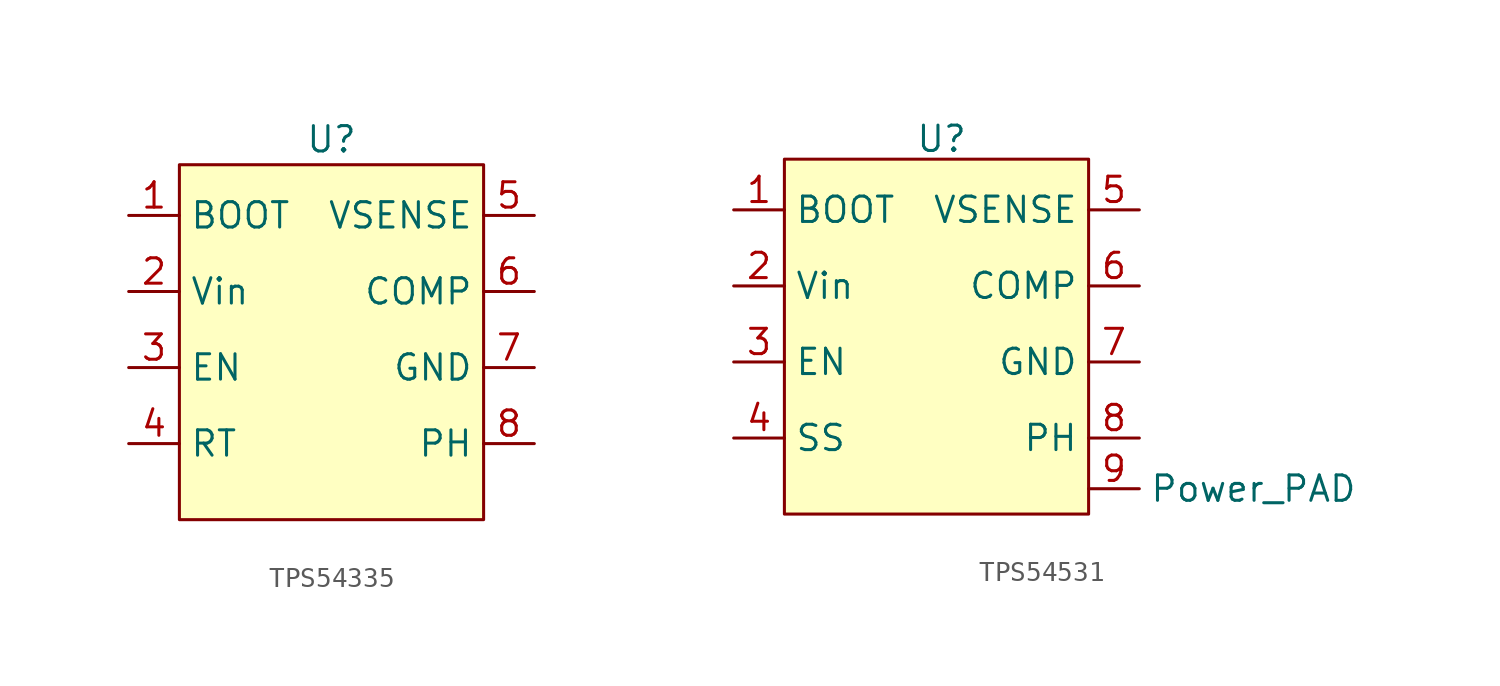
<source format=kicad_sym>
(kicad_symbol_lib
  (version 20241209)
  (generator "kicad_symbol_editor")
  (generator_version "9.0")
  (symbol "TPS54335"
    (property "Reference" "U"
      (at 0 0 0)
      (effects (font (size 1.27 1.27))))
    (property "Value" ""
      (at 0 0 0)
      (effects (font (size 1.27 1.27))))
    (symbol "TPS54335_1_1"
      (rectangle (start -7.62 -1.27) (end 7.62 -19.05) (stroke (width 0) (type solid)) (fill (type color) (color 255 255 194 1)))
      (pin input line (at -10.16 -3.81 0) (length 2.54) (name "BOOT" (effects (font (size 1.27 1.27)))) (number "1" (effects (font (size 1.27 1.27)))))
      (pin input line (at -10.16 -7.62 0) (length 2.54) (name "Vin" (effects (font (size 1.27 1.27)))) (number "2" (effects (font (size 1.27 1.27)))))
      (pin input line (at -10.16 -11.43 0) (length 2.54) (name "EN" (effects (font (size 1.27 1.27)))) (number "3" (effects (font (size 1.27 1.27)))))
      (pin input line (at -10.16 -15.24 0) (length 2.54) (name "RT" (effects (font (size 1.27 1.27)))) (number "4" (effects (font (size 1.27 1.27)))))
      (pin input line (at 10.16 -3.81 180) (length 2.54) (name "VSENSE" (effects (font (size 1.27 1.27)))) (number "5" (effects (font (size 1.27 1.27)))))
      (pin input line (at 10.16 -7.62 180) (length 2.54) (name "COMP" (effects (font (size 1.27 1.27)))) (number "6" (effects (font (size 1.27 1.27)))))
      (pin input line (at 10.16 -11.43 180) (length 2.54) (name "GND" (effects (font (size 1.27 1.27)))) (number "7" (effects (font (size 1.27 1.27)))))
      (pin input line (at 10.16 -15.24 180) (length 2.54) (name "PH" (effects (font (size 1.27 1.27)))) (number "8" (effects (font (size 1.27 1.27)))))))
  (symbol "TPS54531"
    (property "Reference" "U"
      (at 4.064 -0.254 0)
      (effects (font (size 1.27 1.27))))
    (property "Value" ""
      (at 0 0 0)
      (effects (font (size 1.27 1.27))))
    (symbol "TPS54531_1_1"
      (rectangle (start -3.81 -1.27) (end 11.43 -19.05) (stroke (width 0) (type solid)) (fill (type color) (color 255 255 194 1)))
      (pin input line (at -6.35 -3.81 0) (length 2.54) (name "BOOT" (effects (font (size 1.27 1.27)))) (number "1" (effects (font (size 1.27 1.27)))))
      (pin input line (at -6.35 -7.62 0) (length 2.54) (name "Vin" (effects (font (size 1.27 1.27)))) (number "2" (effects (font (size 1.27 1.27)))))
      (pin input line (at -6.35 -11.43 0) (length 2.54) (name "EN" (effects (font (size 1.27 1.27)))) (number "3" (effects (font (size 1.27 1.27)))))
      (pin input line (at -6.35 -15.24 0) (length 2.54) (name "SS" (effects (font (size 1.27 1.27)))) (number "4" (effects (font (size 1.27 1.27)))))
      (pin input line (at 11.43 -17.78 0) (length 2.54) (name "Power_PAD" (effects (font (size 1.27 1.27)))) (number "9" (effects (font (size 1.27 1.27)))))
      (pin input line (at 13.97 -3.81 180) (length 2.54) (name "VSENSE" (effects (font (size 1.27 1.27)))) (number "5" (effects (font (size 1.27 1.27)))))
      (pin input line (at 13.97 -7.62 180) (length 2.54) (name "COMP" (effects (font (size 1.27 1.27)))) (number "6" (effects (font (size 1.27 1.27)))))
      (pin input line (at 13.97 -11.43 180) (length 2.54) (name "GND" (effects (font (size 1.27 1.27)))) (number "7" (effects (font (size 1.27 1.27)))))
      (pin input line (at 13.97 -15.24 180) (length 2.54) (name "PH" (effects (font (size 1.27 1.27)))) (number "8" (effects (font (size 1.27 1.27))))))))
</source>
